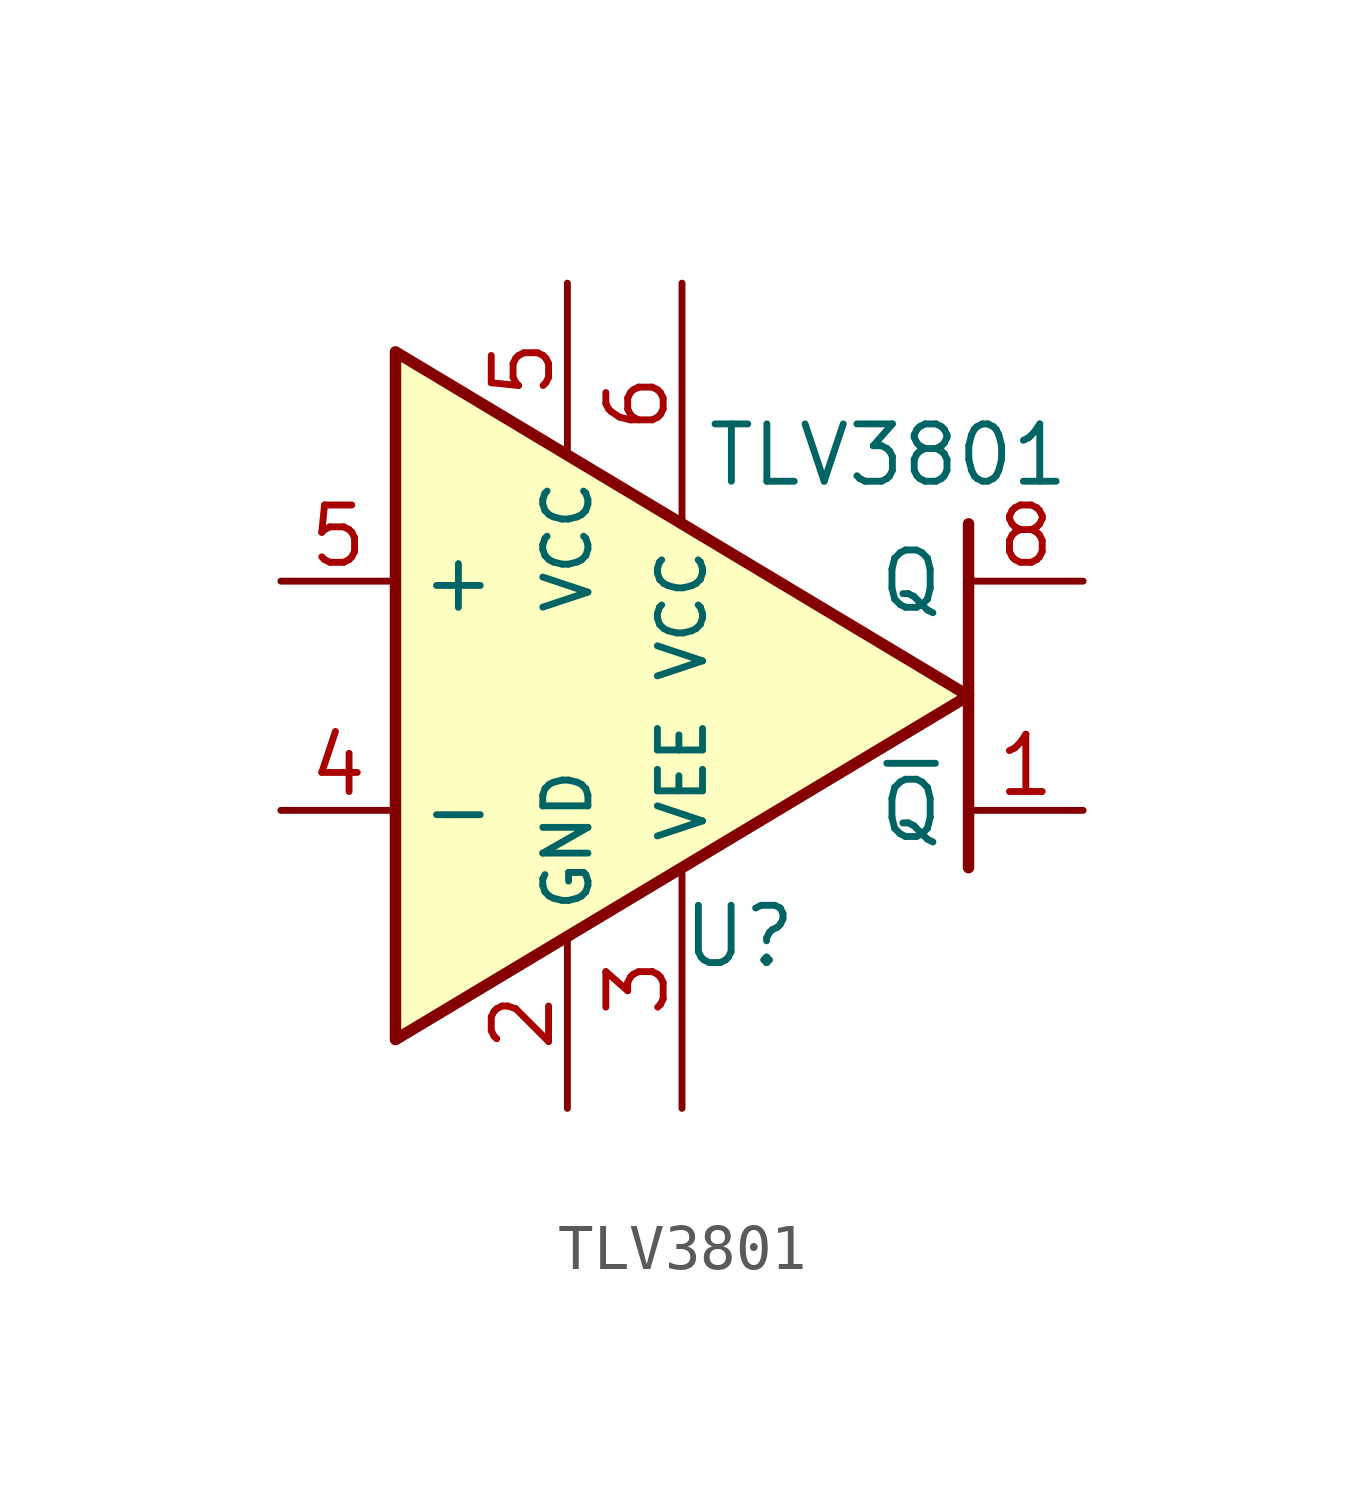
<source format=kicad_sym>
(kicad_symbol_lib
  (version 20211014)
  (generator kicad_symbol_editor)
  (symbol "TLV3801"
    (property "Reference" "U"
      (at 2.54 -5.334 0)
      (effects (font (size 1.27 1.27))))
    (property "Value" "TLV3801"
      (at 5.842 5.334 0)
      (effects (font (size 1.27 1.27))))
    (symbol "TLV3801_0_1"
      (polyline (pts (xy 7.62 3.81) (xy 7.62 -3.81)) (stroke (width 0.254) (type default) (color 0 0 0 0)) (fill (type none)))
      (polyline (pts (xy -5.08 7.62) (xy 7.62 0) (xy -5.08 -7.62) (xy -5.08 7.62)) (stroke (width 0.254) (type default) (color 0 0 0 0)) (fill (type background))))
    (symbol "TLV3801_1_1"
      (pin output line (at 10.16 -2.54 180) (length 2.54) (name "~{Q}" (effects (font (size 1.27 1.27)))) (number "1" (effects (font (size 1.27 1.27)))))
      (pin power_in line (at -1.27 -9.144 90) (length 3.81) (name "GND" (effects (font (size 1 1)))) (number "2" (effects (font (size 1.27 1.27)))))
      (pin power_in line (at 1.27 -9.144 90) (length 5.334) (name "VEE" (effects (font (size 1 1)))) (number "3" (effects (font (size 1.27 1.27)))))
      (pin input line (at -7.62 -2.54 0) (length 2.54) (name "-" (effects (font (size 1.27 1.27)))) (number "4" (effects (font (size 1.27 1.27)))))
      (pin input line (at -7.62 2.54 0) (length 2.54) (name "+" (effects (font (size 1.27 1.27)))) (number "5" (effects (font (size 1.27 1.27)))))
      (pin power_in line (at -1.27 9.144 270) (length 3.81) (name "VCC" (effects (font (size 1 1)))) (number "5" (effects (font (size 1.27 1.27)))))
      (pin power_in line (at 1.27 9.144 270) (length 5.334) (name "VCC" (effects (font (size 1 1)))) (number "6" (effects (font (size 1.27 1.27)))))
      (pin output line (at 10.16 2.54 180) (length 2.54) (name "Q" (effects (font (size 1.27 1.27)))) (number "8" (effects (font (size 1.27 1.27))))))))
</source>
